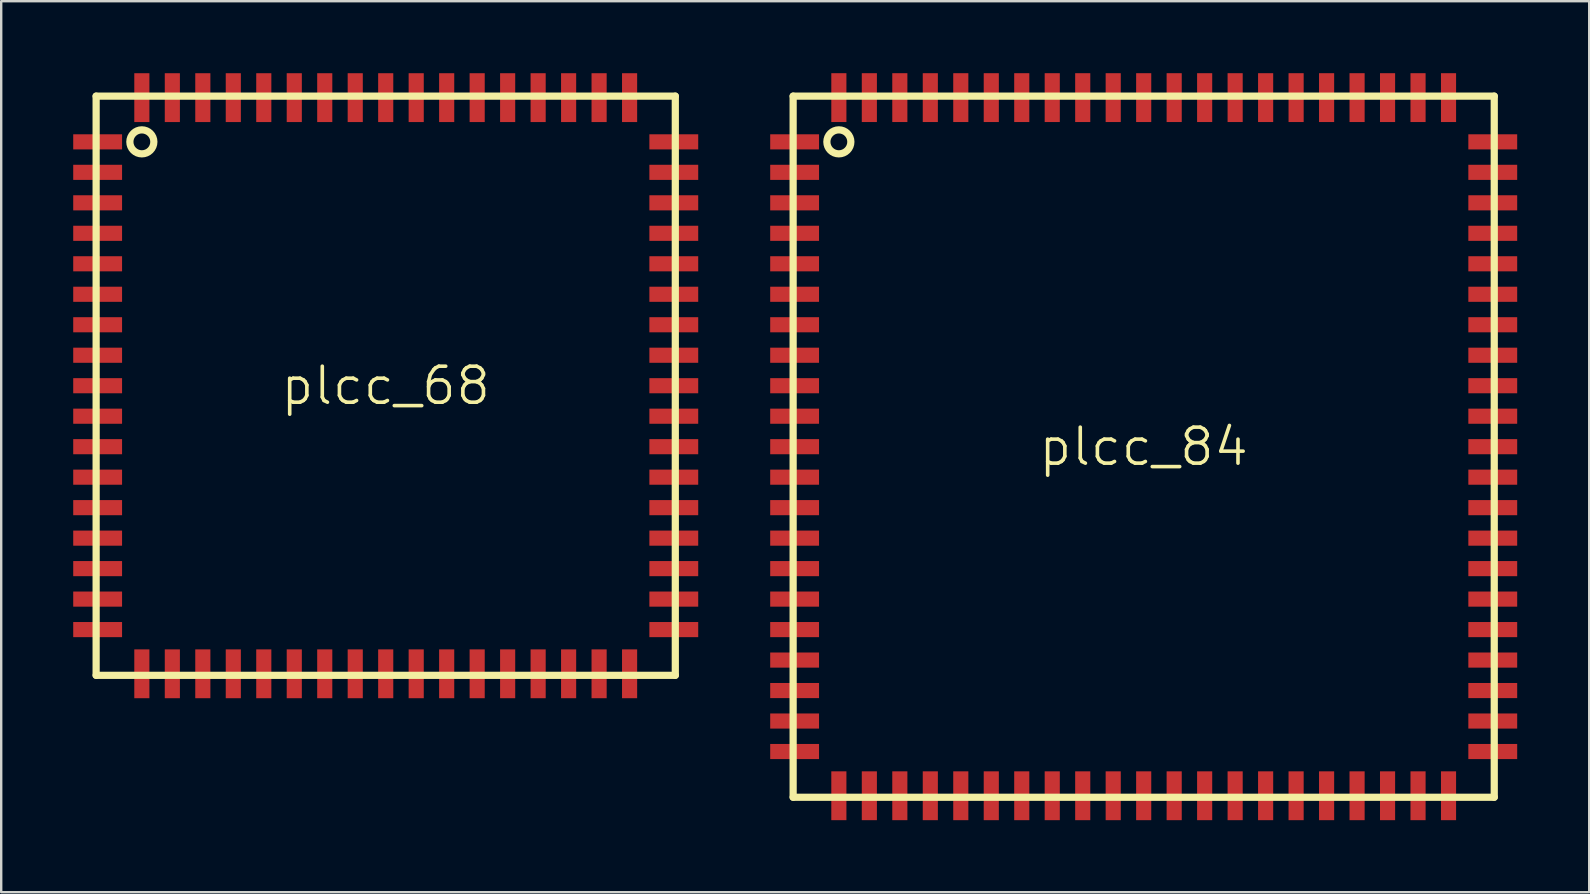
<source format=kicad_pcb>
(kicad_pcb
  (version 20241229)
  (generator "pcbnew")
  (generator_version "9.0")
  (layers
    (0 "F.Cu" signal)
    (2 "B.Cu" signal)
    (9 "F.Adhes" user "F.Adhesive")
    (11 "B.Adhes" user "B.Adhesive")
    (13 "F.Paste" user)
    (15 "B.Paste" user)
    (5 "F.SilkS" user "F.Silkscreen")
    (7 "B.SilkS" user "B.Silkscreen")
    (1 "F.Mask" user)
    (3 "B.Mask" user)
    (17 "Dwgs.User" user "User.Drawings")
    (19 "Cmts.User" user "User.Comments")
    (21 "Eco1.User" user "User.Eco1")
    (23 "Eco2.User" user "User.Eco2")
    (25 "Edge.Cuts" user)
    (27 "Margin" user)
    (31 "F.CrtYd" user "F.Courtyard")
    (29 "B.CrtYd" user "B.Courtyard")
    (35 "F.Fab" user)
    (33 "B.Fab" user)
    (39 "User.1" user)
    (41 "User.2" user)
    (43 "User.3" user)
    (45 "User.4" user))
  (footprint "plcc_68"
    (layer "F.Cu")
    (at 13.02 13.02)
    (property "Reference" "plcc_68" (at 0 0 0) (layer "F.SilkS") (effects (font (size 1.5 1.5) (thickness 0.15))))
    (attr through_hole)
    (fp_line (start -12.065 -12.065) (end 12.065 -12.065) (stroke (width 0.3) (type solid)) (layer "F.SilkS"))
    (fp_line (start -12.065 12.065) (end -12.065 -12.065) (stroke (width 0.3) (type solid)) (layer "F.SilkS"))
    (fp_line (start 12.065 -12.065) (end 12.065 12.065) (stroke (width 0.3) (type solid)) (layer "F.SilkS"))
    (fp_line (start 12.065 12.065) (end -12.065 12.065) (stroke (width 0.3) (type solid)) (layer "F.SilkS"))
    (fp_circle (center -10.16 -10.16) (end -9.66 -10.16) (stroke (width 0.3) (type solid)) (fill no) (layer "F.SilkS"))
    (pad "1" smd rect (at -12.002 -10.16 90) (size 0.63 2.035) (layers "F.Cu" "F.Mask" "F.Paste"))
    (pad "2" smd rect (at -12.002 -8.89 90) (size 0.63 2.035) (layers "F.Cu" "F.Mask" "F.Paste"))
    (pad "3" smd rect (at -12.002 -7.62 90) (size 0.63 2.035) (layers "F.Cu" "F.Mask" "F.Paste"))
    (pad "4" smd rect (at -12.002 -6.35 90) (size 0.63 2.035) (layers "F.Cu" "F.Mask" "F.Paste"))
    (pad "5" smd rect (at -12.002 -5.08 90) (size 0.63 2.035) (layers "F.Cu" "F.Mask" "F.Paste"))
    (pad "6" smd rect (at -12.002 -3.81 90) (size 0.63 2.035) (layers "F.Cu" "F.Mask" "F.Paste"))
    (pad "7" smd rect (at -12.002 -2.54 90) (size 0.63 2.035) (layers "F.Cu" "F.Mask" "F.Paste"))
    (pad "8" smd rect (at -12.002 -1.27 90) (size 0.63 2.035) (layers "F.Cu" "F.Mask" "F.Paste"))
    (pad "9" smd rect (at -12.002 0 90) (size 0.63 2.035) (layers "F.Cu" "F.Mask" "F.Paste"))
    (pad "10" smd rect (at -12.002 1.27 90) (size 0.63 2.035) (layers "F.Cu" "F.Mask" "F.Paste"))
    (pad "11" smd rect (at -12.002 2.54 90) (size 0.63 2.035) (layers "F.Cu" "F.Mask" "F.Paste"))
    (pad "12" smd rect (at -12.002 3.81 90) (size 0.63 2.035) (layers "F.Cu" "F.Mask" "F.Paste"))
    (pad "13" smd rect (at -12.002 5.08 90) (size 0.63 2.035) (layers "F.Cu" "F.Mask" "F.Paste"))
    (pad "14" smd rect (at -12.002 6.35 90) (size 0.63 2.035) (layers "F.Cu" "F.Mask" "F.Paste"))
    (pad "15" smd rect (at -12.002 7.62 90) (size 0.63 2.035) (layers "F.Cu" "F.Mask" "F.Paste"))
    (pad "16" smd rect (at -12.002 8.89 90) (size 0.63 2.035) (layers "F.Cu" "F.Mask" "F.Paste"))
    (pad "17" smd rect (at -12.002 10.16 90) (size 0.63 2.035) (layers "F.Cu" "F.Mask" "F.Paste"))
    (pad "18" smd rect (at -10.16 12.002) (size 0.63 2.035) (layers "F.Cu" "F.Mask" "F.Paste"))
    (pad "19" smd rect (at -8.89 12.002) (size 0.63 2.035) (layers "F.Cu" "F.Mask" "F.Paste"))
    (pad "20" smd rect (at -7.62 12.002) (size 0.63 2.035) (layers "F.Cu" "F.Mask" "F.Paste"))
    (pad "21" smd rect (at -6.35 12.002) (size 0.63 2.035) (layers "F.Cu" "F.Mask" "F.Paste"))
    (pad "22" smd rect (at -5.08 12.002) (size 0.63 2.035) (layers "F.Cu" "F.Mask" "F.Paste"))
    (pad "23" smd rect (at -3.81 12.002) (size 0.63 2.035) (layers "F.Cu" "F.Mask" "F.Paste"))
    (pad "24" smd rect (at -2.54 12.002) (size 0.63 2.035) (layers "F.Cu" "F.Mask" "F.Paste"))
    (pad "25" smd rect (at -1.27 12.002) (size 0.63 2.035) (layers "F.Cu" "F.Mask" "F.Paste"))
    (pad "26" smd rect (at 0 12.002) (size 0.63 2.035) (layers "F.Cu" "F.Mask" "F.Paste"))
    (pad "27" smd rect (at 1.27 12.002) (size 0.63 2.035) (layers "F.Cu" "F.Mask" "F.Paste"))
    (pad "28" smd rect (at 2.54 12.002) (size 0.63 2.035) (layers "F.Cu" "F.Mask" "F.Paste"))
    (pad "29" smd rect (at 3.81 12.002) (size 0.63 2.035) (layers "F.Cu" "F.Mask" "F.Paste"))
    (pad "30" smd rect (at 5.08 12.002) (size 0.63 2.035) (layers "F.Cu" "F.Mask" "F.Paste"))
    (pad "31" smd rect (at 6.35 12.002) (size 0.63 2.035) (layers "F.Cu" "F.Mask" "F.Paste"))
    (pad "32" smd rect (at 7.62 12.002) (size 0.63 2.035) (layers "F.Cu" "F.Mask" "F.Paste"))
    (pad "33" smd rect (at 8.89 12.002) (size 0.63 2.035) (layers "F.Cu" "F.Mask" "F.Paste"))
    (pad "34" smd rect (at 10.16 12.002) (size 0.63 2.035) (layers "F.Cu" "F.Mask" "F.Paste"))
    (pad "35" smd rect (at 12.002 10.16 90) (size 0.63 2.035) (layers "F.Cu" "F.Mask" "F.Paste"))
    (pad "36" smd rect (at 12.002 8.89 90) (size 0.63 2.035) (layers "F.Cu" "F.Mask" "F.Paste"))
    (pad "37" smd rect (at 12.002 7.62 90) (size 0.63 2.035) (layers "F.Cu" "F.Mask" "F.Paste"))
    (pad "38" smd rect (at 12.002 6.35 90) (size 0.63 2.035) (layers "F.Cu" "F.Mask" "F.Paste"))
    (pad "39" smd rect (at 12.002 5.08 90) (size 0.63 2.035) (layers "F.Cu" "F.Mask" "F.Paste"))
    (pad "40" smd rect (at 12.002 3.81 90) (size 0.63 2.035) (layers "F.Cu" "F.Mask" "F.Paste"))
    (pad "41" smd rect (at 12.002 2.54 90) (size 0.63 2.035) (layers "F.Cu" "F.Mask" "F.Paste"))
    (pad "42" smd rect (at 12.002 1.27 90) (size 0.63 2.035) (layers "F.Cu" "F.Mask" "F.Paste"))
    (pad "43" smd rect (at 12.002 0 90) (size 0.63 2.035) (layers "F.Cu" "F.Mask" "F.Paste"))
    (pad "44" smd rect (at 12.002 -1.27 90) (size 0.63 2.035) (layers "F.Cu" "F.Mask" "F.Paste"))
    (pad "45" smd rect (at 12.002 -2.54 90) (size 0.63 2.035) (layers "F.Cu" "F.Mask" "F.Paste"))
    (pad "46" smd rect (at 12.002 -3.81 90) (size 0.63 2.035) (layers "F.Cu" "F.Mask" "F.Paste"))
    (pad "47" smd rect (at 12.002 -5.08 90) (size 0.63 2.035) (layers "F.Cu" "F.Mask" "F.Paste"))
    (pad "48" smd rect (at 12.002 -6.35 90) (size 0.63 2.035) (layers "F.Cu" "F.Mask" "F.Paste"))
    (pad "49" smd rect (at 12.002 -7.62 90) (size 0.63 2.035) (layers "F.Cu" "F.Mask" "F.Paste"))
    (pad "50" smd rect (at 12.002 -8.89 90) (size 0.63 2.035) (layers "F.Cu" "F.Mask" "F.Paste"))
    (pad "51" smd rect (at 12.002 -10.16 90) (size 0.63 2.035) (layers "F.Cu" "F.Mask" "F.Paste"))
    (pad "52" smd rect (at 10.16 -12.002) (size 0.63 2.035) (layers "F.Cu" "F.Mask" "F.Paste"))
    (pad "53" smd rect (at 8.89 -12.002) (size 0.63 2.035) (layers "F.Cu" "F.Mask" "F.Paste"))
    (pad "54" smd rect (at 7.62 -12.002) (size 0.63 2.035) (layers "F.Cu" "F.Mask" "F.Paste"))
    (pad "55" smd rect (at 6.35 -12.002) (size 0.63 2.035) (layers "F.Cu" "F.Mask" "F.Paste"))
    (pad "56" smd rect (at 5.08 -12.002) (size 0.63 2.035) (layers "F.Cu" "F.Mask" "F.Paste"))
    (pad "57" smd rect (at 3.81 -12.002) (size 0.63 2.035) (layers "F.Cu" "F.Mask" "F.Paste"))
    (pad "58" smd rect (at 2.54 -12.002) (size 0.63 2.035) (layers "F.Cu" "F.Mask" "F.Paste"))
    (pad "59" smd rect (at 1.27 -12.002) (size 0.63 2.035) (layers "F.Cu" "F.Mask" "F.Paste"))
    (pad "60" smd rect (at 0 -12.002) (size 0.63 2.035) (layers "F.Cu" "F.Mask" "F.Paste"))
    (pad "61" smd rect (at -1.27 -12.002) (size 0.63 2.035) (layers "F.Cu" "F.Mask" "F.Paste"))
    (pad "62" smd rect (at -2.54 -12.002) (size 0.63 2.035) (layers "F.Cu" "F.Mask" "F.Paste"))
    (pad "63" smd rect (at -3.81 -12.002) (size 0.63 2.035) (layers "F.Cu" "F.Mask" "F.Paste"))
    (pad "64" smd rect (at -5.08 -12.002) (size 0.63 2.035) (layers "F.Cu" "F.Mask" "F.Paste"))
    (pad "65" smd rect (at -6.35 -12.002) (size 0.63 2.035) (layers "F.Cu" "F.Mask" "F.Paste"))
    (pad "66" smd rect (at -7.62 -12.002) (size 0.63 2.035) (layers "F.Cu" "F.Mask" "F.Paste"))
    (pad "67" smd rect (at -8.89 -12.002) (size 0.63 2.035) (layers "F.Cu" "F.Mask" "F.Paste"))
    (pad "68" smd rect (at -10.16 -12.002) (size 0.63 2.035) (layers "F.Cu" "F.Mask" "F.Paste")))
  (footprint "plcc_84"
    (layer "F.Cu")
    (at 44.599 15.56)
    (property "Reference" "plcc_84" (at 0 0 0) (layer "F.SilkS") (effects (font (size 1.5 1.5) (thickness 0.15))))
    (attr through_hole)
    (fp_line (start -14.605 -14.605) (end 14.605 -14.605) (stroke (width 0.3) (type solid)) (layer "F.SilkS"))
    (fp_line (start -14.605 14.605) (end -14.605 -14.605) (stroke (width 0.3) (type solid)) (layer "F.SilkS"))
    (fp_line (start 14.605 -14.605) (end 14.605 14.605) (stroke (width 0.3) (type solid)) (layer "F.SilkS"))
    (fp_line (start 14.605 14.605) (end -14.605 14.605) (stroke (width 0.3) (type solid)) (layer "F.SilkS"))
    (fp_circle (center -12.7 -12.7) (end -12.2 -12.7) (stroke (width 0.3) (type solid)) (fill no) (layer "F.SilkS"))
    (pad "1" smd rect (at -14.543 -12.7 90) (size 0.63 2.035) (layers "F.Cu" "F.Mask" "F.Paste"))
    (pad "2" smd rect (at -14.543 -11.43 90) (size 0.63 2.035) (layers "F.Cu" "F.Mask" "F.Paste"))
    (pad "3" smd rect (at -14.543 -10.16 90) (size 0.63 2.035) (layers "F.Cu" "F.Mask" "F.Paste"))
    (pad "4" smd rect (at -14.543 -8.89 90) (size 0.63 2.035) (layers "F.Cu" "F.Mask" "F.Paste"))
    (pad "5" smd rect (at -14.543 -7.62 90) (size 0.63 2.035) (layers "F.Cu" "F.Mask" "F.Paste"))
    (pad "6" smd rect (at -14.543 -6.35 90) (size 0.63 2.035) (layers "F.Cu" "F.Mask" "F.Paste"))
    (pad "7" smd rect (at -14.543 -5.08 90) (size 0.63 2.035) (layers "F.Cu" "F.Mask" "F.Paste"))
    (pad "8" smd rect (at -14.543 -3.81 90) (size 0.63 2.035) (layers "F.Cu" "F.Mask" "F.Paste"))
    (pad "9" smd rect (at -14.543 -2.54 90) (size 0.63 2.035) (layers "F.Cu" "F.Mask" "F.Paste"))
    (pad "10" smd rect (at -14.543 -1.27 90) (size 0.63 2.035) (layers "F.Cu" "F.Mask" "F.Paste"))
    (pad "11" smd rect (at -14.543 0 90) (size 0.63 2.035) (layers "F.Cu" "F.Mask" "F.Paste"))
    (pad "12" smd rect (at -14.543 1.27 90) (size 0.63 2.035) (layers "F.Cu" "F.Mask" "F.Paste"))
    (pad "13" smd rect (at -14.543 2.54 90) (size 0.63 2.035) (layers "F.Cu" "F.Mask" "F.Paste"))
    (pad "14" smd rect (at -14.543 3.81 90) (size 0.63 2.035) (layers "F.Cu" "F.Mask" "F.Paste"))
    (pad "15" smd rect (at -14.543 5.08 90) (size 0.63 2.035) (layers "F.Cu" "F.Mask" "F.Paste"))
    (pad "16" smd rect (at -14.543 6.35 90) (size 0.63 2.035) (layers "F.Cu" "F.Mask" "F.Paste"))
    (pad "17" smd rect (at -14.543 7.62 90) (size 0.63 2.035) (layers "F.Cu" "F.Mask" "F.Paste"))
    (pad "18" smd rect (at -14.543 8.89 90) (size 0.63 2.035) (layers "F.Cu" "F.Mask" "F.Paste"))
    (pad "19" smd rect (at -14.543 10.16 90) (size 0.63 2.035) (layers "F.Cu" "F.Mask" "F.Paste"))
    (pad "20" smd rect (at -14.543 11.43 90) (size 0.63 2.035) (layers "F.Cu" "F.Mask" "F.Paste"))
    (pad "21" smd rect (at -14.543 12.7 90) (size 0.63 2.035) (layers "F.Cu" "F.Mask" "F.Paste"))
    (pad "22" smd rect (at -12.7 14.543) (size 0.63 2.035) (layers "F.Cu" "F.Mask" "F.Paste"))
    (pad "23" smd rect (at -11.43 14.543) (size 0.63 2.035) (layers "F.Cu" "F.Mask" "F.Paste"))
    (pad "24" smd rect (at -10.16 14.543) (size 0.63 2.035) (layers "F.Cu" "F.Mask" "F.Paste"))
    (pad "25" smd rect (at -8.89 14.543) (size 0.63 2.035) (layers "F.Cu" "F.Mask" "F.Paste"))
    (pad "26" smd rect (at -7.62 14.543) (size 0.63 2.035) (layers "F.Cu" "F.Mask" "F.Paste"))
    (pad "27" smd rect (at -6.35 14.543) (size 0.63 2.035) (layers "F.Cu" "F.Mask" "F.Paste"))
    (pad "28" smd rect (at -5.08 14.543) (size 0.63 2.035) (layers "F.Cu" "F.Mask" "F.Paste"))
    (pad "29" smd rect (at -3.81 14.543) (size 0.63 2.035) (layers "F.Cu" "F.Mask" "F.Paste"))
    (pad "30" smd rect (at -2.54 14.543) (size 0.63 2.035) (layers "F.Cu" "F.Mask" "F.Paste"))
    (pad "31" smd rect (at -1.27 14.543) (size 0.63 2.035) (layers "F.Cu" "F.Mask" "F.Paste"))
    (pad "32" smd rect (at 0 14.543) (size 0.63 2.035) (layers "F.Cu" "F.Mask" "F.Paste"))
    (pad "33" smd rect (at 1.27 14.543) (size 0.63 2.035) (layers "F.Cu" "F.Mask" "F.Paste"))
    (pad "34" smd rect (at 2.54 14.543) (size 0.63 2.035) (layers "F.Cu" "F.Mask" "F.Paste"))
    (pad "35" smd rect (at 3.81 14.543) (size 0.63 2.035) (layers "F.Cu" "F.Mask" "F.Paste"))
    (pad "36" smd rect (at 5.08 14.543) (size 0.63 2.035) (layers "F.Cu" "F.Mask" "F.Paste"))
    (pad "37" smd rect (at 6.35 14.543) (size 0.63 2.035) (layers "F.Cu" "F.Mask" "F.Paste"))
    (pad "38" smd rect (at 7.62 14.543) (size 0.63 2.035) (layers "F.Cu" "F.Mask" "F.Paste"))
    (pad "39" smd rect (at 8.89 14.543) (size 0.63 2.035) (layers "F.Cu" "F.Mask" "F.Paste"))
    (pad "40" smd rect (at 10.16 14.543) (size 0.63 2.035) (layers "F.Cu" "F.Mask" "F.Paste"))
    (pad "41" smd rect (at 11.43 14.543) (size 0.63 2.035) (layers "F.Cu" "F.Mask" "F.Paste"))
    (pad "42" smd rect (at 12.7 14.543) (size 0.63 2.035) (layers "F.Cu" "F.Mask" "F.Paste"))
    (pad "43" smd rect (at 14.543 12.7 90) (size 0.63 2.035) (layers "F.Cu" "F.Mask" "F.Paste"))
    (pad "44" smd rect (at 14.543 11.43 90) (size 0.63 2.035) (layers "F.Cu" "F.Mask" "F.Paste"))
    (pad "45" smd rect (at 14.543 10.16 90) (size 0.63 2.035) (layers "F.Cu" "F.Mask" "F.Paste"))
    (pad "46" smd rect (at 14.543 8.89 90) (size 0.63 2.035) (layers "F.Cu" "F.Mask" "F.Paste"))
    (pad "47" smd rect (at 14.543 7.62 90) (size 0.63 2.035) (layers "F.Cu" "F.Mask" "F.Paste"))
    (pad "48" smd rect (at 14.543 6.35 90) (size 0.63 2.035) (layers "F.Cu" "F.Mask" "F.Paste"))
    (pad "49" smd rect (at 14.543 5.08 90) (size 0.63 2.035) (layers "F.Cu" "F.Mask" "F.Paste"))
    (pad "50" smd rect (at 14.543 3.81 90) (size 0.63 2.035) (layers "F.Cu" "F.Mask" "F.Paste"))
    (pad "51" smd rect (at 14.543 2.54 90) (size 0.63 2.035) (layers "F.Cu" "F.Mask" "F.Paste"))
    (pad "52" smd rect (at 14.543 1.27 90) (size 0.63 2.035) (layers "F.Cu" "F.Mask" "F.Paste"))
    (pad "53" smd rect (at 14.543 0 90) (size 0.63 2.035) (layers "F.Cu" "F.Mask" "F.Paste"))
    (pad "54" smd rect (at 14.543 -1.27 90) (size 0.63 2.035) (layers "F.Cu" "F.Mask" "F.Paste"))
    (pad "55" smd rect (at 14.543 -2.54 90) (size 0.63 2.035) (layers "F.Cu" "F.Mask" "F.Paste"))
    (pad "56" smd rect (at 14.543 -3.81 90) (size 0.63 2.035) (layers "F.Cu" "F.Mask" "F.Paste"))
    (pad "57" smd rect (at 14.543 -5.08 90) (size 0.63 2.035) (layers "F.Cu" "F.Mask" "F.Paste"))
    (pad "58" smd rect (at 14.543 -6.35 90) (size 0.63 2.035) (layers "F.Cu" "F.Mask" "F.Paste"))
    (pad "59" smd rect (at 14.543 -7.62 90) (size 0.63 2.035) (layers "F.Cu" "F.Mask" "F.Paste"))
    (pad "60" smd rect (at 14.543 -8.89 90) (size 0.63 2.035) (layers "F.Cu" "F.Mask" "F.Paste"))
    (pad "61" smd rect (at 14.543 -10.16 90) (size 0.63 2.035) (layers "F.Cu" "F.Mask" "F.Paste"))
    (pad "62" smd rect (at 14.543 -11.43 90) (size 0.63 2.035) (layers "F.Cu" "F.Mask" "F.Paste"))
    (pad "63" smd rect (at 14.543 -12.7 90) (size 0.63 2.035) (layers "F.Cu" "F.Mask" "F.Paste"))
    (pad "64" smd rect (at 12.7 -14.543) (size 0.63 2.035) (layers "F.Cu" "F.Mask" "F.Paste"))
    (pad "65" smd rect (at 11.43 -14.543) (size 0.63 2.035) (layers "F.Cu" "F.Mask" "F.Paste"))
    (pad "66" smd rect (at 10.16 -14.543) (size 0.63 2.035) (layers "F.Cu" "F.Mask" "F.Paste"))
    (pad "67" smd rect (at 8.89 -14.543) (size 0.63 2.035) (layers "F.Cu" "F.Mask" "F.Paste"))
    (pad "68" smd rect (at 7.62 -14.543) (size 0.63 2.035) (layers "F.Cu" "F.Mask" "F.Paste"))
    (pad "69" smd rect (at 6.35 -14.543) (size 0.63 2.035) (layers "F.Cu" "F.Mask" "F.Paste"))
    (pad "70" smd rect (at 5.08 -14.543) (size 0.63 2.035) (layers "F.Cu" "F.Mask" "F.Paste"))
    (pad "71" smd rect (at 3.81 -14.543) (size 0.63 2.035) (layers "F.Cu" "F.Mask" "F.Paste"))
    (pad "72" smd rect (at 2.54 -14.543) (size 0.63 2.035) (layers "F.Cu" "F.Mask" "F.Paste"))
    (pad "73" smd rect (at 1.27 -14.543) (size 0.63 2.035) (layers "F.Cu" "F.Mask" "F.Paste"))
    (pad "74" smd rect (at 0 -14.543) (size 0.63 2.035) (layers "F.Cu" "F.Mask" "F.Paste"))
    (pad "75" smd rect (at -1.27 -14.543) (size 0.63 2.035) (layers "F.Cu" "F.Mask" "F.Paste"))
    (pad "76" smd rect (at -2.54 -14.543) (size 0.63 2.035) (layers "F.Cu" "F.Mask" "F.Paste"))
    (pad "77" smd rect (at -3.81 -14.543) (size 0.63 2.035) (layers "F.Cu" "F.Mask" "F.Paste"))
    (pad "78" smd rect (at -5.08 -14.543) (size 0.63 2.035) (layers "F.Cu" "F.Mask" "F.Paste"))
    (pad "79" smd rect (at -6.35 -14.543) (size 0.63 2.035) (layers "F.Cu" "F.Mask" "F.Paste"))
    (pad "80" smd rect (at -7.62 -14.543) (size 0.63 2.035) (layers "F.Cu" "F.Mask" "F.Paste"))
    (pad "81" smd rect (at -8.89 -14.543) (size 0.63 2.035) (layers "F.Cu" "F.Mask" "F.Paste"))
    (pad "82" smd rect (at -10.16 -14.543) (size 0.63 2.035) (layers "F.Cu" "F.Mask" "F.Paste"))
    (pad "83" smd rect (at -11.43 -14.543) (size 0.63 2.035) (layers "F.Cu" "F.Mask" "F.Paste"))
    (pad "84" smd rect (at -12.7 -14.543) (size 0.63 2.035) (layers "F.Cu" "F.Mask" "F.Paste")))
  (gr_rect
    (start -3 -3)
    (end 63.16 34.121)
    (stroke (width 0.1) (type default))
    (fill no)
    (layer "Edge.Cuts")))
</source>
